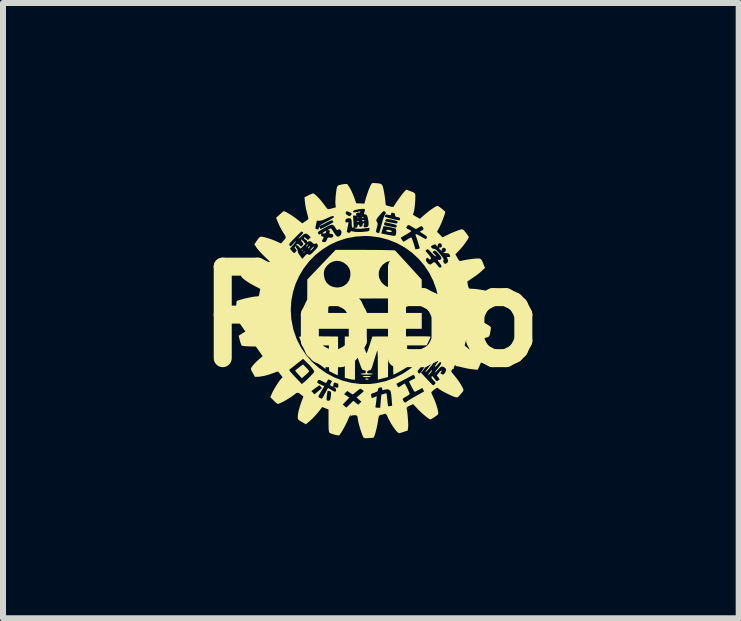
<source format=kicad_pcb>
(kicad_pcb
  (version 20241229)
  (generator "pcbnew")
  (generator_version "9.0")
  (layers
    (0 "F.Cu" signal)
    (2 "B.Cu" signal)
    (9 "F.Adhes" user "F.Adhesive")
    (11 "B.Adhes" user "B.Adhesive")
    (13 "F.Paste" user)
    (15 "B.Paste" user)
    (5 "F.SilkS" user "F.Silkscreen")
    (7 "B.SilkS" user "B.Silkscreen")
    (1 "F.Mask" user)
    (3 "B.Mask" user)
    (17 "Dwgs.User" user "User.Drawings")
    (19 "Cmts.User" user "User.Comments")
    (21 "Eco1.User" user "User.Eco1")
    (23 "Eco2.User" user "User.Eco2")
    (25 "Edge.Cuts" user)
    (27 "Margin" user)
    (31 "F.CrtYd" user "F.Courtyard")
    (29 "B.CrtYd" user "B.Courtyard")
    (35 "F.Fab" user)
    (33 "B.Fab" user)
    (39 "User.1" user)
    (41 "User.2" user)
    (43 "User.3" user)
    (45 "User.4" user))
  (footprint "Robo"
    (layer "F.Cu")
    (at 3.128 2.227)
    (property "Reference" "Robo" (at 0 0 0) (layer "F.SilkS") (effects (font (size 1.524 1.524) (thickness 0.3))))
    (attr board_only exclude_from_pos_files exclude_from_bom)
    (fp_poly (pts (xy 0.615 1.51) (xy 0.609 1.515) (xy 0.604 1.51) (xy 0.609 1.505)) (stroke (width 0) (type solid)) (fill yes) (layer "F.SilkS"))
    (fp_poly (pts (xy 0.625 1.531) (xy 0.62 1.537) (xy 0.615 1.531) (xy 0.62 1.526)) (stroke (width 0) (type solid)) (fill yes) (layer "F.SilkS"))
    (fp_poly (pts (xy 1.091 1.224) (xy 1.086 1.229) (xy 1.081 1.224) (xy 1.086 1.219)) (stroke (width 0) (type solid)) (fill yes) (layer "F.SilkS"))
    (fp_poly (pts (xy 1.632 0.387) (xy 1.627 0.392) (xy 1.621 0.387) (xy 1.627 0.381)) (stroke (width 0) (type solid)) (fill yes) (layer "F.SilkS"))
    (fp_poly (pts (xy -0.204 -1.649) (xy -0.207 -1.644) (xy -0.218 -1.643) (xy -0.229 -1.646) (xy -0.225 -1.65) (xy -0.208 -1.651)) (stroke (width 0) (type solid)) (fill yes) (layer "F.SilkS"))
    (fp_poly (pts (xy -1.127 -1.118) (xy -1.132 -1.11) (xy -1.148 -1.094) (xy -1.155 -1.094) (xy -1.155 -1.095) (xy -1.148 -1.104) (xy -1.136 -1.114) (xy -1.124 -1.123)) (stroke (width 0) (type solid)) (fill yes) (layer "F.SilkS"))
    (fp_poly (pts (xy -1.095 -1.086) (xy -1.101 -1.078) (xy -1.116 -1.062) (xy -1.123 -1.062) (xy -1.123 -1.064) (xy -1.116 -1.073) (xy -1.105 -1.082) (xy -1.092 -1.091)) (stroke (width 0) (type solid)) (fill yes) (layer "F.SilkS"))
    (fp_poly (pts (xy -1.043 -1.206) (xy -1.046 -1.196) (xy -1.06 -1.182) (xy -1.075 -1.17) (xy -1.081 -1.17) (xy -1.075 -1.183) (xy -1.061 -1.197) (xy -1.048 -1.206)) (stroke (width 0) (type solid)) (fill yes) (layer "F.SilkS"))
    (fp_poly (pts (xy -1.012 -1.174) (xy -1.015 -1.164) (xy -1.028 -1.15) (xy -1.043 -1.139) (xy -1.049 -1.141) (xy -1.043 -1.155) (xy -1.028 -1.169) (xy -1.015 -1.175)) (stroke (width 0) (type solid)) (fill yes) (layer "F.SilkS"))
    (fp_poly (pts (xy -0.202 -1.592) (xy -0.201 -1.589) (xy -0.21 -1.58) (xy -0.218 -1.579) (xy -0.229 -1.584) (xy -0.228 -1.589) (xy -0.214 -1.6) (xy -0.211 -1.6)) (stroke (width 0) (type solid)) (fill yes) (layer "F.SilkS"))
    (fp_poly (pts (xy -0.118 -1.661) (xy -0.117 -1.659) (xy -0.125 -1.653) (xy -0.132 -1.649) (xy -0.146 -1.649) (xy -0.148 -1.653) (xy -0.14 -1.663) (xy -0.132 -1.664)) (stroke (width 0) (type solid)) (fill yes) (layer "F.SilkS"))
    (fp_poly (pts (xy -0.11 -1.606) (xy -0.106 -1.6) (xy -0.115 -1.591) (xy -0.127 -1.589) (xy -0.144 -1.594) (xy -0.148 -1.6) (xy -0.139 -1.609) (xy -0.127 -1.611)) (stroke (width 0) (type solid)) (fill yes) (layer "F.SilkS"))
    (fp_poly (pts (xy -0.744 -1.418) (xy -0.746 -1.414) (xy -0.752 -1.397) (xy -0.752 -1.393) (xy -0.762 -1.389) (xy -0.781 -1.389) (xy -0.811 -1.389) (xy -0.786 -1.41) (xy -0.761 -1.426) (xy -0.747 -1.429)) (stroke (width 0) (type solid)) (fill yes) (layer "F.SilkS"))
    (fp_poly (pts (xy -0.047 1.032) (xy -0.037 1.038) (xy -0.041 1.046) (xy -0.062 1.049) (xy -0.063 1.049) (xy -0.086 1.046) (xy -0.095 1.039) (xy -0.095 1.038) (xy -0.086 1.03) (xy -0.07 1.028)) (stroke (width 0) (type solid)) (fill yes) (layer "F.SilkS"))
    (fp_poly (pts (xy -0.948 -1.161) (xy -0.961 -1.143) (xy -0.98 -1.123) (xy -0.999 -1.108) (xy -1.011 -1.102) (xy -1.01 -1.109) (xy -0.998 -1.126) (xy -0.986 -1.139) (xy -0.964 -1.159) (xy -0.949 -1.17) (xy -0.945 -1.171)) (stroke (width 0) (type solid)) (fill yes) (layer "F.SilkS"))
    (fp_poly (pts (xy 0.307 -1.445) (xy 0.332 -1.438) (xy 0.348 -1.428) (xy 0.35 -1.424) (xy 0.341 -1.413) (xy 0.316 -1.411) (xy 0.278 -1.417) (xy 0.258 -1.426) (xy 0.256 -1.438) (xy 0.263 -1.445) (xy 0.281 -1.449)) (stroke (width 0) (type solid)) (fill yes) (layer "F.SilkS"))
    (fp_poly (pts (xy -0.752 0.8) (xy -0.753 0.835) (xy -0.754 0.86) (xy -0.755 0.869) (xy -0.764 0.863) (xy -0.784 0.848) (xy -0.795 0.839) (xy -0.826 0.815) (xy -0.862 0.786) (xy -0.88 0.771) (xy -0.926 0.731) (xy -0.752 0.731)) (stroke (width 0) (type solid)) (fill yes) (layer "F.SilkS"))
    (fp_poly (pts (xy -0.033 0.987) (xy -0.008 0.991) (xy 0 0.996) (xy -0.01 1.002) (xy -0.036 1.005) (xy -0.069 1.007) (xy -0.105 1.005) (xy -0.13 1.001) (xy -0.138 0.996) (xy -0.128 0.991) (xy -0.102 0.987) (xy -0.069 0.985)) (stroke (width 0) (type solid)) (fill yes) (layer "F.SilkS"))
    (fp_poly (pts (xy 1.021 0.888) (xy 1.018 0.901) (xy 1.004 0.923) (xy 0.991 0.939) (xy 0.971 0.961) (xy 0.957 0.972) (xy 0.954 0.972) (xy 0.959 0.958) (xy 0.973 0.937) (xy 0.99 0.914) (xy 1.007 0.896) (xy 1.019 0.888)) (stroke (width 0) (type solid)) (fill yes) (layer "F.SilkS"))
    (fp_poly (pts (xy 1.038 0.768) (xy 1.033 0.782) (xy 1.015 0.809) (xy 0.982 0.85) (xy 0.98 0.852) (xy 0.948 0.889) (xy 0.928 0.911) (xy 0.916 0.92) (xy 0.912 0.919) (xy 0.911 0.916) (xy 0.917 0.904) (xy 0.933 0.881) (xy 0.955 0.852) (xy 0.98 0.821) (xy 1.003 0.792) (xy 1.021 0.772) (xy 1.03 0.763) (xy 1.031 0.763)) (stroke (width 0) (type solid)) (fill yes) (layer "F.SilkS"))
    (fp_poly (pts (xy -1.079 0.845) (xy -1.053 0.872) (xy -1.035 0.894) (xy -1.028 0.907) (xy -1.035 0.919) (xy -1.055 0.94) (xy -1.083 0.967) (xy -1.089 0.971) (xy -1.15 1.024) (xy -1.205 0.964) (xy -1.232 0.934) (xy -1.251 0.911) (xy -1.261 0.899) (xy -1.261 0.898) (xy -1.253 0.889) (xy -1.232 0.872) (xy -1.202 0.849) (xy -1.195 0.843) (xy -1.13 0.794)) (stroke (width 0) (type solid)) (fill yes) (layer "F.SilkS"))
    (fp_poly (pts (xy -1.144 -1.279) (xy -1.137 -1.264) (xy -1.128 -1.261) (xy -1.117 -1.256) (xy -1.118 -1.25) (xy -1.115 -1.239) (xy -1.103 -1.231) (xy -1.091 -1.226) (xy -1.091 -1.218) (xy -1.102 -1.203) (xy -1.126 -1.179) (xy -1.171 -1.136) (xy -1.197 -1.166) (xy -1.215 -1.184) (xy -1.229 -1.192) (xy -1.231 -1.191) (xy -1.239 -1.193) (xy -1.24 -1.196) (xy -1.233 -1.212) (xy -1.217 -1.213) (xy -1.196 -1.199) (xy -1.19 -1.193) (xy -1.172 -1.174) (xy -1.161 -1.17) (xy -1.147 -1.179) (xy -1.144 -1.182) (xy -1.127 -1.202) (xy -1.127 -1.221) (xy -1.144 -1.244) (xy -1.146 -1.247) (xy -1.161 -1.267) (xy -1.16 -1.281) (xy -1.157 -1.284) (xy -1.147 -1.29)) (stroke (width 0) (type solid)) (fill yes) (layer "F.SilkS"))
    (fp_poly (pts (xy 0.834 0.326) (xy 0.896 0.326) (xy 0.945 0.327) (xy 0.979 0.329) (xy 0.995 0.331) (xy 0.996 0.331) (xy 0.992 0.344) (xy 0.98 0.371) (xy 0.964 0.405) (xy 0.963 0.408) (xy 0.929 0.477) (xy 0.604 0.477) (xy 0.604 0.561) (xy 0.738 0.564) (xy 0.872 0.567) (xy 0.772 0.689) (xy 0.604 0.689) (xy 0.604 0.837) (xy 0.548 0.873) (xy 0.515 0.893) (xy 0.477 0.915) (xy 0.438 0.936) (xy 0.406 0.952) (xy 0.383 0.962) (xy 0.377 0.964) (xy 0.375 0.954) (xy 0.374 0.925) (xy 0.373 0.881) (xy 0.372 0.822) (xy 0.371 0.753) (xy 0.371 0.676) (xy 0.371 0.647) (xy 0.371 0.329) (xy 0.683 0.326) (xy 0.762 0.326)) (stroke (width 0) (type solid)) (fill yes) (layer "F.SilkS"))
    (fp_poly (pts (xy -1 0.325) (xy -0.918 0.326) (xy -0.871 0.326) (xy -0.546 0.329) (xy -0.546 0.652) (xy -0.546 0.732) (xy -0.546 0.805) (xy -0.547 0.868) (xy -0.548 0.919) (xy -0.55 0.955) (xy -0.551 0.973) (xy -0.552 0.975) (xy -0.564 0.97) (xy -0.589 0.959) (xy -0.623 0.942) (xy -0.626 0.94) (xy -0.694 0.906) (xy -0.699 0.8) (xy -0.705 0.694) (xy -0.838 0.689) (xy -0.972 0.683) (xy -1.012 0.636) (xy -1.05 0.587) (xy -1.089 0.532) (xy -1.119 0.484) (xy -0.922 0.484) (xy -0.917 0.496) (xy -0.904 0.519) (xy -0.9 0.526) (xy -0.878 0.562) (xy -0.699 0.562) (xy -0.699 0.477) (xy -0.811 0.477) (xy -0.856 0.477) (xy -0.893 0.479) (xy -0.916 0.481) (xy -0.922 0.484) (xy -1.119 0.484) (xy -1.126 0.473) (xy -1.157 0.418) (xy -1.181 0.37) (xy -1.191 0.344) (xy -1.192 0.338) (xy -1.19 0.334) (xy -1.184 0.33) (xy -1.17 0.328) (xy -1.147 0.326) (xy -1.112 0.325) (xy -1.064 0.325)) (stroke (width 0) (type solid)) (fill yes) (layer "F.SilkS"))
    (fp_poly (pts (xy -0.305 0.331) (xy -0.176 0.334) (xy -0.128 0.468) (xy -0.11 0.518) (xy -0.094 0.56) (xy -0.081 0.591) (xy -0.074 0.607) (xy -0.074 0.608) (xy -0.068 0.601) (xy -0.058 0.577) (xy -0.044 0.539) (xy -0.027 0.492) (xy -0.021 0.472) (xy 0.026 0.329) (xy 0.291 0.328) (xy 0.288 0.666) (xy 0.286 1.004) (xy 0.117 1.047) (xy 0.116 0.796) (xy 0.116 0.727) (xy 0.115 0.666) (xy 0.113 0.617) (xy 0.111 0.582) (xy 0.109 0.563) (xy 0.107 0.562) (xy 0.101 0.577) (xy 0.091 0.609) (xy 0.077 0.653) (xy 0.061 0.705) (xy 0.052 0.733) (xy 0.034 0.793) (xy 0.021 0.835) (xy 0.01 0.862) (xy 0.001 0.879) (xy -0.007 0.888) (xy -0.018 0.891) (xy -0.026 0.892) (xy -0.051 0.899) (xy -0.061 0.917) (xy -0.062 0.919) (xy -0.062 0.934) (xy -0.053 0.941) (xy -0.03 0.943) (xy -0.017 0.943) (xy 0.012 0.945) (xy 0.029 0.95) (xy 0.032 0.954) (xy 0.022 0.959) (xy -0.006 0.962) (xy -0.049 0.964) (xy -0.069 0.964) (xy -0.116 0.963) (xy -0.15 0.96) (xy -0.168 0.956) (xy -0.17 0.954) (xy -0.16 0.947) (xy -0.137 0.943) (xy -0.127 0.943) (xy -0.1 0.942) (xy -0.088 0.935) (xy -0.085 0.919) (xy -0.085 0.917) (xy -0.088 0.897) (xy -0.104 0.891) (xy -0.115 0.89) (xy -0.127 0.889) (xy -0.136 0.885) (xy -0.145 0.875) (xy -0.155 0.856) (xy -0.168 0.825) (xy -0.185 0.779) (xy -0.205 0.723) (xy -0.264 0.556) (xy -0.264 0.803) (xy -0.265 1.049) (xy -0.289 1.048) (xy -0.319 1.045) (xy -0.334 1.042) (xy -0.358 1.036) (xy -0.39 1.028) (xy -0.395 1.027) (xy -0.434 1.016) (xy -0.434 0.328)) (stroke (width 0) (type solid)) (fill yes) (layer "F.SilkS"))
    (fp_poly (pts (xy -0.096 -1.114) (xy 0.004 -1.113) (xy 0.098 -1.113) (xy 0.183 -1.112) (xy 0.257 -1.111) (xy 0.318 -1.109) (xy 0.365 -1.108) (xy 0.394 -1.106) (xy 0.404 -1.105) (xy 0.413 -1.095) (xy 0.434 -1.072) (xy 0.466 -1.037) (xy 0.507 -0.992) (xy 0.555 -0.94) (xy 0.608 -0.882) (xy 0.63 -0.858) (xy 0.847 -0.62) (xy 0.848 -0.464) (xy 0.848 -0.307) (xy -0.705 -0.302) (xy -0.708 -0.183) (xy -0.711 -0.064) (xy 0.848 -0.064) (xy 0.848 0.201) (xy -1.06 0.201) (xy -1.06 -0.209) (xy -1.059 -0.62) (xy -0.951 -0.734) (xy -0.783 -0.734) (xy -0.782 -0.693) (xy -0.768 -0.625) (xy -0.738 -0.569) (xy -0.692 -0.526) (xy -0.634 -0.498) (xy -0.566 -0.487) (xy -0.562 -0.487) (xy -0.503 -0.494) (xy -0.455 -0.512) (xy -0.401 -0.552) (xy -0.363 -0.604) (xy -0.344 -0.668) (xy -0.342 -0.682) (xy 0.132 -0.682) (xy 0.141 -0.643) (xy 0.171 -0.583) (xy 0.218 -0.533) (xy 0.26 -0.505) (xy 0.298 -0.493) (xy 0.346 -0.488) (xy 0.396 -0.491) (xy 0.439 -0.5) (xy 0.448 -0.505) (xy 0.503 -0.542) (xy 0.545 -0.592) (xy 0.571 -0.649) (xy 0.58 -0.71) (xy 0.578 -0.735) (xy 0.559 -0.8) (xy 0.523 -0.855) (xy 0.475 -0.897) (xy 0.417 -0.923) (xy 0.378 -0.93) (xy 0.312 -0.928) (xy 0.256 -0.91) (xy 0.205 -0.873) (xy 0.195 -0.864) (xy 0.154 -0.809) (xy 0.133 -0.748) (xy 0.132 -0.682) (xy -0.342 -0.682) (xy -0.341 -0.689) (xy -0.342 -0.75) (xy -0.357 -0.8) (xy -0.387 -0.846) (xy -0.396 -0.857) (xy -0.449 -0.9) (xy -0.507 -0.925) (xy -0.568 -0.932) (xy -0.628 -0.921) (xy -0.685 -0.893) (xy -0.733 -0.849) (xy -0.765 -0.801) (xy -0.778 -0.769) (xy -0.783 -0.734) (xy -0.951 -0.734) (xy -0.824 -0.867) (xy -0.588 -1.114)) (stroke (width 0) (type solid)) (fill yes) (layer "F.SilkS"))
    (fp_poly (pts (xy 0.092 -2.226) (xy 0.127 -2.222) (xy 0.155 -2.217) (xy 0.165 -2.215) (xy 0.186 -2.197) (xy 0.201 -2.163) (xy 0.202 -2.16) (xy 0.212 -2.118) (xy 0.222 -2.066) (xy 0.231 -2.01) (xy 0.238 -1.957) (xy 0.243 -1.914) (xy 0.244 -1.895) (xy 0.245 -1.875) (xy 0.25 -1.862) (xy 0.265 -1.853) (xy 0.294 -1.844) (xy 0.31 -1.84) (xy 0.344 -1.833) (xy 0.369 -1.83) (xy 0.379 -1.832) (xy 0.389 -1.85) (xy 0.408 -1.881) (xy 0.434 -1.92) (xy 0.464 -1.962) (xy 0.494 -2.004) (xy 0.521 -2.041) (xy 0.543 -2.068) (xy 0.548 -2.074) (xy 0.59 -2.118) (xy 0.647 -2.097) (xy 0.688 -2.082) (xy 0.715 -2.069) (xy 0.732 -2.056) (xy 0.74 -2.036) (xy 0.742 -2.007) (xy 0.74 -1.963) (xy 0.739 -1.93) (xy 0.735 -1.875) (xy 0.729 -1.821) (xy 0.723 -1.776) (xy 0.717 -1.753) (xy 0.702 -1.698) (xy 0.817 -1.632) (xy 0.897 -1.702) (xy 0.947 -1.743) (xy 0.995 -1.781) (xy 1.04 -1.811) (xy 1.077 -1.834) (xy 1.104 -1.846) (xy 1.117 -1.847) (xy 1.139 -1.832) (xy 1.168 -1.811) (xy 1.197 -1.788) (xy 1.221 -1.767) (xy 1.237 -1.753) (xy 1.24 -1.749) (xy 1.236 -1.728) (xy 1.225 -1.692) (xy 1.209 -1.648) (xy 1.191 -1.6) (xy 1.171 -1.552) (xy 1.152 -1.51) (xy 1.144 -1.494) (xy 1.102 -1.415) (xy 1.148 -1.369) (xy 1.194 -1.323) (xy 1.273 -1.362) (xy 1.334 -1.391) (xy 1.398 -1.418) (xy 1.457 -1.441) (xy 1.504 -1.455) (xy 1.507 -1.456) (xy 1.523 -1.457) (xy 1.537 -1.452) (xy 1.555 -1.435) (xy 1.579 -1.405) (xy 1.584 -1.4) (xy 1.607 -1.368) (xy 1.624 -1.343) (xy 1.632 -1.33) (xy 1.632 -1.329) (xy 1.625 -1.309) (xy 1.607 -1.278) (xy 1.579 -1.238) (xy 1.546 -1.193) (xy 1.508 -1.147) (xy 1.47 -1.104) (xy 1.461 -1.095) (xy 1.408 -1.04) (xy 1.442 -0.98) (xy 1.464 -0.946) (xy 1.48 -0.929) (xy 1.492 -0.927) (xy 1.525 -0.937) (xy 1.571 -0.946) (xy 1.625 -0.955) (xy 1.682 -0.963) (xy 1.735 -0.968) (xy 1.78 -0.971) (xy 1.811 -0.97) (xy 1.817 -0.969) (xy 1.833 -0.96) (xy 1.848 -0.941) (xy 1.864 -0.907) (xy 1.872 -0.888) (xy 1.901 -0.813) (xy 1.843 -0.76) (xy 1.806 -0.727) (xy 1.759 -0.691) (xy 1.712 -0.658) (xy 1.706 -0.654) (xy 1.671 -0.631) (xy 1.645 -0.612) (xy 1.631 -0.599) (xy 1.63 -0.597) (xy 1.627 -0.586) (xy 1.626 -0.585) (xy 1.623 -0.585) (xy 1.626 -0.592) (xy 1.629 -0.603) (xy 1.62 -0.602) (xy 1.61 -0.591) (xy 1.609 -0.567) (xy 1.616 -0.528) (xy 1.622 -0.506) (xy 1.629 -0.483) (xy 1.639 -0.471) (xy 1.657 -0.467) (xy 1.688 -0.466) (xy 1.733 -0.464) (xy 1.79 -0.457) (xy 1.853 -0.447) (xy 1.912 -0.435) (xy 1.959 -0.423) (xy 1.985 -0.414) (xy 1.998 -0.401) (xy 2.005 -0.377) (xy 2.007 -0.363) (xy 2.013 -0.309) (xy 2.013 -0.271) (xy 2.006 -0.247) (xy 1.992 -0.231) (xy 1.99 -0.229) (xy 1.961 -0.214) (xy 1.918 -0.195) (xy 1.867 -0.174) (xy 1.814 -0.154) (xy 1.764 -0.138) (xy 1.724 -0.127) (xy 1.722 -0.126) (xy 1.662 -0.113) (xy 1.666 -0.05) (xy 1.669 0.013) (xy 1.748 0.042) (xy 1.81 0.066) (xy 1.871 0.093) (xy 1.924 0.12) (xy 1.965 0.145) (xy 1.98 0.155) (xy 1.992 0.166) (xy 1.999 0.178) (xy 1.999 0.196) (xy 1.995 0.225) (xy 1.99 0.254) (xy 1.983 0.293) (xy 1.974 0.319) (xy 1.96 0.334) (xy 1.936 0.344) (xy 1.898 0.352) (xy 1.881 0.355) (xy 1.858 0.358) (xy 1.82 0.361) (xy 1.773 0.364) (xy 1.721 0.367) (xy 1.671 0.369) (xy 1.628 0.371) (xy 1.615 0.371) (xy 1.599 0.376) (xy 1.587 0.393) (xy 1.578 0.421) (xy 1.569 0.452) (xy 1.564 0.473) (xy 1.563 0.478) (xy 1.571 0.487) (xy 1.593 0.505) (xy 1.625 0.529) (xy 1.648 0.546) (xy 1.699 0.584) (xy 1.746 0.623) (xy 1.787 0.66) (xy 1.819 0.692) (xy 1.839 0.718) (xy 1.844 0.731) (xy 1.839 0.748) (xy 1.828 0.778) (xy 1.812 0.814) (xy 1.812 0.815) (xy 1.78 0.883) (xy 1.698 0.875) (xy 1.647 0.869) (xy 1.588 0.858) (xy 1.531 0.845) (xy 1.521 0.843) (xy 1.479 0.832) (xy 1.444 0.825) (xy 1.421 0.823) (xy 1.416 0.823) (xy 1.411 0.823) (xy 1.414 0.818) (xy 1.414 0.807) (xy 1.41 0.805) (xy 1.396 0.814) (xy 1.385 0.834) (xy 1.382 0.854) (xy 1.384 0.86) (xy 1.385 0.867) (xy 1.38 0.865) (xy 1.366 0.868) (xy 1.351 0.884) (xy 1.351 0.884) (xy 1.342 0.898) (xy 1.341 0.911) (xy 1.348 0.926) (xy 1.366 0.949) (xy 1.386 0.972) (xy 1.425 1.02) (xy 1.464 1.074) (xy 1.499 1.127) (xy 1.525 1.174) (xy 1.536 1.196) (xy 1.542 1.214) (xy 1.542 1.228) (xy 1.533 1.246) (xy 1.513 1.271) (xy 1.498 1.288) (xy 1.471 1.319) (xy 1.452 1.336) (xy 1.436 1.343) (xy 1.419 1.342) (xy 1.415 1.341) (xy 1.385 1.332) (xy 1.343 1.315) (xy 1.294 1.292) (xy 1.244 1.267) (xy 1.195 1.241) (xy 1.154 1.216) (xy 1.124 1.195) (xy 1.111 1.183) (xy 1.1 1.184) (xy 1.08 1.196) (xy 1.055 1.214) (xy 1.031 1.234) (xy 1.013 1.252) (xy 1.007 1.263) (xy 1.011 1.276) (xy 1.023 1.303) (xy 1.037 1.333) (xy 1.057 1.376) (xy 1.077 1.428) (xy 1.095 1.482) (xy 1.11 1.533) (xy 1.12 1.575) (xy 1.123 1.599) (xy 1.123 1.613) (xy 1.119 1.624) (xy 1.108 1.636) (xy 1.089 1.651) (xy 1.057 1.673) (xy 1.016 1.699) (xy 1.002 1.707) (xy 0.99 1.709) (xy 0.974 1.703) (xy 0.95 1.687) (xy 0.921 1.665) (xy 0.882 1.633) (xy 0.837 1.592) (xy 0.793 1.55) (xy 0.778 1.534) (xy 0.704 1.455) (xy 0.648 1.481) (xy 0.616 1.496) (xy 0.6 1.508) (xy 0.596 1.521) (xy 0.598 1.535) (xy 0.605 1.574) (xy 0.611 1.626) (xy 0.616 1.683) (xy 0.62 1.74) (xy 0.623 1.791) (xy 0.622 1.83) (xy 0.621 1.846) (xy 0.614 1.895) (xy 0.548 1.917) (xy 0.512 1.929) (xy 0.483 1.937) (xy 0.469 1.939) (xy 0.451 1.93) (xy 0.426 1.906) (xy 0.397 1.869) (xy 0.364 1.822) (xy 0.332 1.77) (xy 0.302 1.715) (xy 0.289 1.69) (xy 0.271 1.651) (xy 0.257 1.628) (xy 0.246 1.618) (xy 0.234 1.616) (xy 0.224 1.618) (xy 0.2 1.627) (xy 0.188 1.636) (xy 0.182 1.64) (xy 0.18 1.633) (xy 0.177 1.625) (xy 0.164 1.633) (xy 0.159 1.637) (xy 0.143 1.649) (xy 0.137 1.645) (xy 0.137 1.641) (xy 0.135 1.645) (xy 0.131 1.667) (xy 0.124 1.702) (xy 0.117 1.748) (xy 0.117 1.748) (xy 0.108 1.801) (xy 0.096 1.856) (xy 0.083 1.91) (xy 0.07 1.956) (xy 0.057 1.992) (xy 0.048 2.011) (xy 0.047 2.012) (xy 0.035 2.015) (xy 0.008 2.018) (xy -0.03 2.021) (xy -0.036 2.021) (xy -0.077 2.023) (xy -0.101 2.022) (xy -0.116 2.017) (xy -0.125 2.006) (xy -0.131 1.996) (xy -0.145 1.961) (xy -0.163 1.912) (xy -0.181 1.856) (xy -0.197 1.798) (xy -0.21 1.746) (xy -0.217 1.706) (xy -0.217 1.704) (xy -0.222 1.671) (xy -0.228 1.652) (xy -0.24 1.644) (xy -0.261 1.64) (xy -0.263 1.639) (xy -0.306 1.642) (xy -0.328 1.651) (xy -0.346 1.661) (xy -0.348 1.66) (xy -0.339 1.648) (xy -0.33 1.634) (xy -0.337 1.633) (xy -0.337 1.633) (xy -0.347 1.644) (xy -0.362 1.671) (xy -0.378 1.707) (xy -0.385 1.723) (xy -0.402 1.762) (xy -0.425 1.807) (xy -0.45 1.855) (xy -0.476 1.9) (xy -0.5 1.938) (xy -0.518 1.965) (xy -0.529 1.976) (xy -0.545 1.976) (xy -0.573 1.972) (xy -0.609 1.963) (xy -0.645 1.952) (xy -0.674 1.941) (xy -0.689 1.932) (xy -0.695 1.923) (xy -0.699 1.906) (xy -0.702 1.879) (xy -0.704 1.838) (xy -0.705 1.78) (xy -0.705 1.731) (xy -0.705 1.545) (xy -0.758 1.524) (xy -0.811 1.504) (xy -0.832 1.533) (xy -0.899 1.617) (xy -0.967 1.69) (xy -1.018 1.738) (xy -1.083 1.791) (xy -1.116 1.771) (xy -1.15 1.751) (xy -1.184 1.732) (xy -1.208 1.714) (xy -1.217 1.693) (xy -1.218 1.675) (xy -1.214 1.623) (xy -1.201 1.558) (xy -1.181 1.487) (xy -1.172 1.461) (xy -0.469 1.461) (xy -0.439 1.487) (xy -0.408 1.514) (xy -0.35 1.457) (xy -0.291 1.4) (xy -0.251 1.433) (xy -0.211 1.465) (xy -0.184 1.44) (xy -0.157 1.415) (xy -0.198 1.379) (xy -0.238 1.344) (xy -0.212 1.323) (xy -0.187 1.302) (xy -0.181 1.296) (xy 0.003 1.296) (xy 0.005 1.314) (xy 0.006 1.317) (xy 0.011 1.341) (xy 0.015 1.354) (xy 0.016 1.354) (xy 0.026 1.352) (xy 0.049 1.344) (xy 0.058 1.34) (xy 0.098 1.323) (xy 0.091 1.395) (xy 0.086 1.436) (xy 0.081 1.471) (xy 0.078 1.491) (xy 0.076 1.507) (xy 0.085 1.514) (xy 0.109 1.515) (xy 0.114 1.515) (xy 0.156 1.515) (xy 0.165 1.407) (xy 0.175 1.298) (xy 0.216 1.285) (xy 0.243 1.277) (xy 0.259 1.274) (xy 0.261 1.275) (xy 0.263 1.286) (xy 0.267 1.314) (xy 0.271 1.353) (xy 0.274 1.381) (xy 0.278 1.426) (xy 0.283 1.462) (xy 0.287 1.484) (xy 0.288 1.489) (xy 0.301 1.491) (xy 0.324 1.488) (xy 0.355 1.482) (xy 0.346 1.363) (xy 0.34 1.301) (xy 0.333 1.258) (xy 0.325 1.232) (xy 0.321 1.227) (xy 0.294 1.211) (xy 0.256 1.209) (xy 0.218 1.218) (xy 0.198 1.224) (xy 0.191 1.216) (xy 0.191 1.202) (xy 0.187 1.183) (xy 0.172 1.177) (xy 0.16 1.176) (xy 0.133 1.183) (xy 0.119 1.205) (xy 0.117 1.228) (xy 0.109 1.242) (xy 0.084 1.256) (xy 0.058 1.265) (xy 0.025 1.276) (xy 0.008 1.285) (xy 0.003 1.296) (xy -0.181 1.296) (xy -0.158 1.277) (xy -0.151 1.27) (xy -0.115 1.239) (xy -0.14 1.219) (xy -0.16 1.204) (xy -0.174 1.198) (xy -0.186 1.204) (xy -0.209 1.221) (xy -0.238 1.244) (xy -0.239 1.245) (xy -0.268 1.269) (xy -0.29 1.286) (xy -0.301 1.293) (xy -0.301 1.293) (xy -0.313 1.287) (xy -0.336 1.274) (xy -0.351 1.264) (xy -0.393 1.236) (xy -0.42 1.263) (xy -0.446 1.289) (xy -0.402 1.318) (xy -0.358 1.348) (xy -0.469 1.461) (xy -1.172 1.461) (xy -1.157 1.417) (xy -1.156 1.414) (xy -1.141 1.375) (xy -0.737 1.375) (xy -0.736 1.39) (xy -0.736 1.39) (xy -0.722 1.397) (xy -0.704 1.399) (xy -0.682 1.392) (xy -0.674 1.375) (xy -0.67 1.35) (xy -0.666 1.315) (xy -0.664 1.3) (xy -0.662 1.269) (xy -0.666 1.252) (xy -0.678 1.242) (xy -0.686 1.239) (xy -0.708 1.233) (xy -0.719 1.234) (xy -0.723 1.248) (xy -0.728 1.276) (xy -0.733 1.311) (xy -0.736 1.346) (xy -0.737 1.375) (xy -1.141 1.375) (xy -1.123 1.33) (xy -1.158 1.301) (xy -1.192 1.275) (xy -1.218 1.265) (xy -1.24 1.27) (xy -1.259 1.284) (xy -1.293 1.311) (xy -1.335 1.34) (xy -1.384 1.371) (xy -1.433 1.4) (xy -1.479 1.424) (xy -1.518 1.442) (xy -1.545 1.451) (xy -1.55 1.452) (xy -1.564 1.445) (xy -1.587 1.426) (xy -1.615 1.399) (xy -1.62 1.395) (xy -1.675 1.339) (xy -1.649 1.279) (xy -1.629 1.238) (xy -0.991 1.238) (xy -0.965 1.265) (xy -0.94 1.292) (xy -0.88 1.243) (xy -0.851 1.218) (xy -0.828 1.199) (xy -0.817 1.19) (xy -0.817 1.19) (xy -0.82 1.181) (xy -0.834 1.164) (xy -0.835 1.164) (xy -0.857 1.141) (xy -0.898 1.169) (xy -0.929 1.192) (xy -0.958 1.213) (xy -0.964 1.218) (xy -0.991 1.238) (xy -1.629 1.238) (xy -1.627 1.234) (xy -1.598 1.183) (xy -1.565 1.13) (xy -1.533 1.082) (xy -1.505 1.045) (xy -1.497 1.036) (xy -1.47 1.008) (xy -1.505 0.962) (xy -1.525 0.936) (xy -1.54 0.918) (xy -1.544 0.912) (xy -1.554 0.914) (xy -1.58 0.921) (xy -1.614 0.934) (xy -1.619 0.936) (xy -1.699 0.964) (xy -1.777 0.985) (xy -1.846 0.997) (xy -1.88 1) (xy -1.931 1.001) (xy -1.968 0.935) (xy -1.987 0.9) (xy -1.992 0.889) (xy -1.358 0.889) (xy -1.352 0.902) (xy -1.337 0.921) (xy -1.311 0.95) (xy -1.273 0.991) (xy -1.26 1.005) (xy -1.15 1.121) (xy -1.113 1.091) (xy -1.111 1.09) (xy -0.893 1.09) (xy -0.89 1.1) (xy -0.876 1.111) (xy -0.846 1.125) (xy -0.838 1.129) (xy -0.775 1.157) (xy -0.815 1.222) (xy -0.843 1.269) (xy -0.861 1.3) (xy -0.871 1.32) (xy -0.872 1.333) (xy -0.866 1.341) (xy -0.855 1.348) (xy -0.851 1.35) (xy -0.829 1.361) (xy -0.816 1.366) (xy -0.816 1.366) (xy -0.809 1.358) (xy -0.795 1.335) (xy -0.776 1.3) (xy -0.763 1.277) (xy -0.742 1.238) (xy -0.726 1.208) (xy -0.715 1.19) (xy -0.713 1.187) (xy -0.704 1.192) (xy -0.681 1.205) (xy -0.657 1.219) (xy -0.622 1.239) (xy -0.6 1.248) (xy -0.588 1.247) (xy -0.582 1.235) (xy -0.579 1.228) (xy -0.582 1.202) (xy -0.597 1.185) (xy -0.62 1.166) (xy -0.59 1.176) (xy -0.565 1.182) (xy -0.55 1.181) (xy -0.543 1.167) (xy -0.541 1.145) (xy -0.543 1.123) (xy -0.55 1.112) (xy -0.551 1.111) (xy -0.573 1.107) (xy -0.59 1.099) (xy -0.592 1.098) (xy -0.608 1.097) (xy -0.62 1.113) (xy -0.625 1.142) (xy -0.629 1.161) (xy -0.641 1.163) (xy -0.663 1.151) (xy -0.676 1.139) (xy -0.677 1.127) (xy -0.667 1.107) (xy -0.665 1.103) (xy -0.646 1.071) (xy -0.678 1.055) (xy -0.7 1.045) (xy -0.712 1.048) (xy -0.724 1.066) (xy -0.726 1.07) (xy -0.738 1.092) (xy -0.747 1.102) (xy -0.748 1.102) (xy -0.759 1.098) (xy -0.784 1.086) (xy -0.805 1.076) (xy -0.841 1.058) (xy -0.862 1.051) (xy -0.875 1.054) (xy -0.884 1.067) (xy -0.888 1.075) (xy -0.893 1.09) (xy -1.111 1.09) (xy -1.088 1.07) (xy -1.055 1.038) (xy -1.019 1.003) (xy -1.009 0.993) (xy -0.98 0.962) (xy -0.957 0.936) (xy -0.945 0.92) (xy -0.943 0.917) (xy -0.951 0.894) (xy -0.975 0.859) (xy -1.013 0.815) (xy -1.051 0.777) (xy -1.129 0.701) (xy -1.229 0.78) (xy -1.27 0.813) (xy -1.307 0.842) (xy -1.335 0.863) (xy -1.35 0.875) (xy -1.357 0.881) (xy -1.358 0.889) (xy -1.992 0.889) (xy -1.996 0.878) (xy -1.998 0.863) (xy -1.992 0.849) (xy -1.987 0.84) (xy -1.951 0.794) (xy -1.902 0.743) (xy -1.844 0.691) (xy -1.813 0.665) (xy -1.78 0.639) (xy -1.753 0.618) (xy -1.737 0.606) (xy -1.735 0.604) (xy -1.734 0.591) (xy -1.74 0.565) (xy -1.749 0.538) (xy -1.772 0.48) (xy -1.81 0.489) (xy -1.837 0.492) (xy -1.877 0.494) (xy -1.926 0.495) (xy -1.98 0.495) (xy -2.033 0.493) (xy -2.081 0.491) (xy -2.12 0.487) (xy -2.145 0.483) (xy -2.152 0.48) (xy -2.16 0.465) (xy -2.171 0.435) (xy -2.182 0.397) (xy -2.183 0.393) (xy -2.202 0.317) (xy -2.142 0.277) (xy -2.066 0.23) (xy -1.982 0.187) (xy -1.907 0.154) (xy -1.858 0.136) (xy -1.866 0.078) (xy -1.871 0.045) (xy -1.876 0.022) (xy -1.879 0.015) (xy -1.891 0.01) (xy -1.917 0.006) (xy -1.924 0.005) (xy -1.988 -0.007) (xy -2.062 -0.025) (xy -2.135 -0.049) (xy -2.172 -0.062) (xy -2.209 -0.079) (xy -2.232 -0.095) (xy -2.243 -0.115) (xy -1.334 -0.115) (xy -1.325 0.039) (xy -1.295 0.194) (xy -1.287 0.225) (xy -1.235 0.373) (xy -1.165 0.51) (xy -1.079 0.637) (xy -0.98 0.751) (xy -0.867 0.851) (xy -0.744 0.938) (xy -0.611 1.009) (xy -0.471 1.064) (xy -0.324 1.101) (xy -0.173 1.12) (xy -0.019 1.12) (xy 0.011 1.117) (xy 0.425 1.117) (xy 0.441 1.147) (xy 0.457 1.177) (xy 0.496 1.154) (xy 0.523 1.137) (xy 0.542 1.124) (xy 0.545 1.122) (xy 0.56 1.113) (xy 0.563 1.113) (xy 0.571 1.122) (xy 0.584 1.145) (xy 0.601 1.177) (xy 0.618 1.212) (xy 0.632 1.246) (xy 0.643 1.273) (xy 0.646 1.286) (xy 0.638 1.297) (xy 0.615 1.313) (xy 0.588 1.329) (xy 0.558 1.346) (xy 0.536 1.362) (xy 0.53 1.371) (xy 0.535 1.387) (xy 0.547 1.408) (xy 0.561 1.425) (xy 0.568 1.431) (xy 0.579 1.425) (xy 0.602 1.411) (xy 0.62 1.399) (xy 0.648 1.381) (xy 0.689 1.356) (xy 0.736 1.328) (xy 0.776 1.306) (xy 0.888 1.244) (xy 0.857 1.186) (xy 0.798 1.218) (xy 0.765 1.235) (xy 0.741 1.247) (xy 0.729 1.25) (xy 0.722 1.242) (xy 0.708 1.219) (xy 0.69 1.188) (xy 0.672 1.153) (xy 0.655 1.12) (xy 0.643 1.093) (xy 0.638 1.077) (xy 0.638 1.076) (xy 0.648 1.07) (xy 0.672 1.058) (xy 0.689 1.049) (xy 0.717 1.035) (xy 0.735 1.025) (xy 0.74 1.023) (xy 0.738 1.012) (xy 0.73 0.993) (xy 0.72 0.975) (xy 0.711 0.967) (xy 0.711 0.967) (xy 0.699 0.972) (xy 0.673 0.986) (xy 0.635 1.006) (xy 0.588 1.031) (xy 0.565 1.043) (xy 0.425 1.117) (xy 0.011 1.117) (xy 0.092 1.107) (xy 0.25 1.072) (xy 0.398 1.017) (xy 0.537 0.946) (xy 0.582 0.916) (xy 0.778 0.916) (xy 0.787 0.929) (xy 0.79 0.933) (xy 0.806 0.946) (xy 0.816 0.946) (xy 0.825 0.934) (xy 0.827 0.931) (xy 0.834 0.931) (xy 0.934 1.038) (xy 0.97 1.076) (xy 1.002 1.109) (xy 1.025 1.132) (xy 1.038 1.143) (xy 1.039 1.144) (xy 1.05 1.137) (xy 1.065 1.123) (xy 1.076 1.11) (xy 1.077 1.099) (xy 1.066 1.083) (xy 1.044 1.06) (xy 1.019 1.031) (xy 1.01 1.01) (xy 1.011 0.999) (xy 1.016 0.99) (xy 1.023 0.99) (xy 1.035 1) (xy 1.054 1.023) (xy 1.078 1.055) (xy 1.092 1.072) (xy 1.104 1.073) (xy 1.122 1.061) (xy 1.147 1.042) (xy 1.123 1.009) (xy 1.099 0.976) (xy 1.133 0.933) (xy 1.154 0.91) (xy 1.171 0.897) (xy 1.178 0.896) (xy 1.18 0.908) (xy 1.171 0.922) (xy 1.159 0.937) (xy 1.164 0.947) (xy 1.175 0.953) (xy 1.198 0.963) (xy 1.215 0.959) (xy 1.232 0.939) (xy 1.239 0.928) (xy 1.254 0.895) (xy 1.251 0.869) (xy 1.228 0.846) (xy 1.223 0.843) (xy 1.2 0.831) (xy 1.18 0.829) (xy 1.158 0.841) (xy 1.131 0.868) (xy 1.119 0.881) (xy 1.089 0.913) (xy 1.071 0.928) (xy 1.066 0.928) (xy 1.074 0.914) (xy 1.093 0.887) (xy 1.119 0.855) (xy 1.148 0.817) (xy 1.167 0.788) (xy 1.173 0.77) (xy 1.172 0.768) (xy 1.163 0.755) (xy 1.151 0.757) (xy 1.131 0.774) (xy 1.114 0.795) (xy 1.093 0.818) (xy 1.076 0.83) (xy 1.069 0.831) (xy 1.069 0.82) (xy 1.081 0.799) (xy 1.091 0.784) (xy 1.124 0.744) (xy 1.087 0.721) (xy 1.061 0.709) (xy 1.039 0.705) (xy 1.035 0.705) (xy 1.022 0.716) (xy 0.999 0.739) (xy 0.97 0.771) (xy 0.947 0.798) (xy 0.915 0.837) (xy 0.886 0.871) (xy 0.864 0.898) (xy 0.855 0.908) (xy 0.834 0.931) (xy 0.827 0.931) (xy 0.843 0.909) (xy 0.864 0.88) (xy 0.89 0.844) (xy 0.923 0.8) (xy 0.959 0.755) (xy 0.972 0.739) (xy 1.006 0.695) (xy 1.026 0.665) (xy 1.031 0.646) (xy 1.023 0.637) (xy 1.014 0.636) (xy 1.002 0.644) (xy 0.979 0.667) (xy 0.946 0.703) (xy 0.904 0.751) (xy 0.855 0.809) (xy 0.801 0.876) (xy 0.796 0.881) (xy 0.781 0.902) (xy 0.778 0.916) (xy 0.582 0.916) (xy 0.664 0.859) (xy 0.779 0.757) (xy 0.88 0.643) (xy 0.967 0.516) (xy 1.037 0.378) (xy 1.09 0.231) (xy 1.124 0.076) (xy 1.134 0.000181) (xy 1.139 -0.158) (xy 1.124 -0.311) (xy 1.09 -0.459) (xy 1.039 -0.6) (xy 0.972 -0.732) (xy 0.89 -0.856) (xy 0.794 -0.968) (xy 0.685 -1.068) (xy 0.639 -1.101) (xy 0.911 -1.101) (xy 0.918 -1.09) (xy 0.935 -1.068) (xy 0.959 -1.04) (xy 0.96 -1.039) (xy 0.987 -1.007) (xy 1.001 -0.981) (xy 1.003 -0.969) (xy 0.989 -0.955) (xy 0.971 -0.957) (xy 0.96 -0.97) (xy 0.948 -0.984) (xy 0.933 -0.979) (xy 0.922 -0.964) (xy 0.916 -0.946) (xy 0.922 -0.927) (xy 0.938 -0.905) (xy 0.965 -0.878) (xy 0.991 -0.87) (xy 1.016 -0.884) (xy 1.023 -0.89) (xy 1.042 -0.907) (xy 1.06 -0.908) (xy 1.08 -0.893) (xy 1.103 -0.864) (xy 1.129 -0.832) (xy 1.148 -0.818) (xy 1.165 -0.821) (xy 1.174 -0.83) (xy 1.177 -0.843) (xy 1.168 -0.864) (xy 1.149 -0.889) (xy 1.127 -0.92) (xy 1.114 -0.942) (xy 1.114 -0.951) (xy 1.123 -0.948) (xy 1.145 -0.945) (xy 1.166 -0.956) (xy 1.176 -0.975) (xy 1.176 -0.977) (xy 1.169 -0.996) (xy 1.151 -1.023) (xy 1.125 -1.053) (xy 1.124 -1.055) (xy 1.096 -1.083) (xy 1.078 -1.098) (xy 1.066 -1.102) (xy 1.054 -1.098) (xy 1.049 -1.094) (xy 1.026 -1.078) (xy 1.061 -1.043) (xy 1.081 -1.02) (xy 1.084 -1.009) (xy 1.079 -1.007) (xy 1.064 -1.014) (xy 1.041 -1.034) (xy 1.013 -1.063) (xy 1.007 -1.07) (xy 0.979 -1.101) (xy 0.96 -1.119) (xy 0.947 -1.125) (xy 0.935 -1.122) (xy 0.932 -1.12) (xy 0.916 -1.108) (xy 0.911 -1.101) (xy 0.639 -1.101) (xy 0.564 -1.155) (xy 0.433 -1.227) (xy 0.293 -1.283) (xy 0.157 -1.319) (xy 0.5 -1.319) (xy 0.502 -1.309) (xy 0.513 -1.29) (xy 0.526 -1.269) (xy 0.538 -1.254) (xy 0.543 -1.25) (xy 0.556 -1.256) (xy 0.58 -1.27) (xy 0.61 -1.289) (xy 0.643 -1.309) (xy 0.667 -1.319) (xy 0.677 -1.318) (xy 0.684 -1.304) (xy 0.695 -1.275) (xy 0.708 -1.236) (xy 0.715 -1.215) (xy 0.743 -1.122) (xy 0.777 -1.129) (xy 0.801 -1.135) (xy 0.814 -1.139) (xy 0.814 -1.14) (xy 0.813 -1.15) (xy 0.807 -1.171) (xy 1.001 -1.171) (xy 1.006 -1.158) (xy 1.01 -1.152) (xy 1.033 -1.133) (xy 1.051 -1.131) (xy 1.066 -1.129) (xy 1.083 -1.119) (xy 1.106 -1.097) (xy 1.137 -1.062) (xy 1.15 -1.048) (xy 1.182 -1.008) (xy 1.202 -0.98) (xy 1.212 -0.961) (xy 1.213 -0.949) (xy 1.21 -0.943) (xy 1.205 -0.923) (xy 1.215 -0.902) (xy 1.229 -0.884) (xy 1.242 -0.881) (xy 1.26 -0.89) (xy 1.283 -0.911) (xy 1.286 -0.94) (xy 1.277 -0.965) (xy 1.267 -0.986) (xy 1.269 -0.995) (xy 1.288 -0.996) (xy 1.293 -0.996) (xy 1.316 -0.997) (xy 1.323 -1.004) (xy 1.317 -1.022) (xy 1.312 -1.033) (xy 1.302 -1.049) (xy 1.286 -1.057) (xy 1.259 -1.06) (xy 1.246 -1.06) (xy 1.216 -1.061) (xy 1.205 -1.063) (xy 1.21 -1.068) (xy 1.221 -1.072) (xy 1.244 -1.089) (xy 1.251 -1.114) (xy 1.241 -1.138) (xy 1.236 -1.143) (xy 1.215 -1.15) (xy 1.194 -1.142) (xy 1.181 -1.124) (xy 1.181 -1.102) (xy 1.183 -1.098) (xy 1.181 -1.097) (xy 1.168 -1.107) (xy 1.162 -1.112) (xy 1.143 -1.132) (xy 1.134 -1.147) (xy 1.134 -1.148) (xy 1.138 -1.153) (xy 1.141 -1.152) (xy 1.154 -1.151) (xy 1.168 -1.156) (xy 1.183 -1.174) (xy 1.183 -1.198) (xy 1.168 -1.219) (xy 1.164 -1.222) (xy 1.142 -1.226) (xy 1.123 -1.213) (xy 1.113 -1.189) (xy 1.112 -1.183) (xy 1.111 -1.168) (xy 1.106 -1.17) (xy 1.092 -1.187) (xy 1.078 -1.203) (xy 1.066 -1.207) (xy 1.047 -1.201) (xy 1.033 -1.194) (xy 1.009 -1.181) (xy 1.001 -1.171) (xy 0.807 -1.171) (xy 0.805 -1.176) (xy 0.794 -1.213) (xy 0.781 -1.255) (xy 0.767 -1.299) (xy 0.753 -1.339) (xy 0.744 -1.364) (xy 0.745 -1.376) (xy 0.761 -1.375) (xy 0.793 -1.361) (xy 0.838 -1.335) (xy 0.873 -1.315) (xy 0.9 -1.3) (xy 0.914 -1.293) (xy 0.915 -1.293) (xy 0.924 -1.301) (xy 0.932 -1.314) (xy 0.936 -1.326) (xy 0.931 -1.337) (xy 0.914 -1.352) (xy 0.882 -1.374) (xy 0.878 -1.376) (xy 0.813 -1.418) (xy 0.846 -1.435) (xy 0.872 -1.452) (xy 0.878 -1.47) (xy 0.865 -1.492) (xy 0.862 -1.496) (xy 0.85 -1.507) (xy 0.839 -1.509) (xy 0.82 -1.501) (xy 0.798 -1.488) (xy 0.751 -1.461) (xy 0.686 -1.499) (xy 0.652 -1.519) (xy 0.63 -1.528) (xy 0.616 -1.525) (xy 0.604 -1.511) (xy 0.593 -1.493) (xy 0.591 -1.48) (xy 0.603 -1.469) (xy 0.626 -1.457) (xy 0.653 -1.443) (xy 0.671 -1.432) (xy 0.673 -1.43) (xy 0.667 -1.421) (xy 0.646 -1.406) (xy 0.613 -1.385) (xy 0.591 -1.372) (xy 0.553 -1.35) (xy 0.522 -1.332) (xy 0.504 -1.322) (xy 0.5 -1.319) (xy 0.157 -1.319) (xy 0.145 -1.322) (xy -0.01 -1.343) (xy -0.095 -1.346) (xy -0.254 -1.336) (xy -0.406 -1.307) (xy -0.551 -1.26) (xy -0.686 -1.197) (xy -0.811 -1.119) (xy -0.925 -1.028) (xy -1.028 -0.924) (xy -1.117 -0.809) (xy -1.192 -0.684) (xy -1.253 -0.551) (xy -1.297 -0.411) (xy -1.325 -0.265) (xy -1.334 -0.115) (xy -2.243 -0.115) (xy -2.244 -0.117) (xy -2.247 -0.148) (xy -2.243 -0.194) (xy -2.241 -0.209) (xy -2.234 -0.265) (xy -2.167 -0.285) (xy -2.109 -0.302) (xy -2.047 -0.316) (xy -1.988 -0.328) (xy -1.937 -0.336) (xy -1.903 -0.339) (xy -1.883 -0.34) (xy -1.871 -0.344) (xy -1.863 -0.357) (xy -1.857 -0.382) (xy -1.85 -0.424) (xy -1.849 -0.426) (xy -1.843 -0.465) (xy -1.94 -0.515) (xy -1.999 -0.547) (xy -2.053 -0.581) (xy -2.1 -0.613) (xy -2.135 -0.642) (xy -2.156 -0.665) (xy -2.162 -0.677) (xy -2.158 -0.696) (xy -2.15 -0.728) (xy -2.14 -0.76) (xy -2.127 -0.796) (xy -2.115 -0.816) (xy -2.101 -0.826) (xy -2.086 -0.831) (xy -2.029 -0.836) (xy -1.958 -0.835) (xy -1.875 -0.827) (xy -1.839 -0.822) (xy -1.797 -0.815) (xy -1.764 -0.81) (xy -1.745 -0.808) (xy -1.742 -0.808) (xy -1.737 -0.818) (xy -1.725 -0.842) (xy -1.713 -0.866) (xy -1.685 -0.921) (xy -1.774 -1.007) (xy -1.815 -1.048) (xy -1.854 -1.09) (xy -1.886 -1.128) (xy -1.902 -1.149) (xy -1.936 -1.199) (xy -1.36 -1.199) (xy -1.355 -1.189) (xy -1.354 -1.187) (xy -1.344 -1.176) (xy -1.336 -1.173) (xy -1.323 -1.183) (xy -1.302 -1.205) (xy -1.295 -1.213) (xy -1.272 -1.238) (xy -1.253 -1.256) (xy -1.245 -1.261) (xy -1.248 -1.254) (xy -1.262 -1.234) (xy -1.285 -1.207) (xy -1.293 -1.197) (xy -1.348 -1.134) (xy -1.318 -1.098) (xy -1.295 -1.072) (xy -1.279 -1.062) (xy -1.264 -1.068) (xy -1.25 -1.084) (xy -1.238 -1.101) (xy -1.239 -1.114) (xy -1.253 -1.131) (xy -1.268 -1.151) (xy -1.266 -1.165) (xy -1.263 -1.168) (xy -1.253 -1.174) (xy -1.25 -1.162) (xy -1.246 -1.147) (xy -1.241 -1.144) (xy -1.231 -1.135) (xy -1.222 -1.115) (xy -1.218 -1.091) (xy -1.218 -1.083) (xy -1.213 -1.068) (xy -1.198 -1.042) (xy -1.181 -1.017) (xy -1.142 -0.964) (xy -1.103 -1.008) (xy -1.08 -1.033) (xy -1.065 -1.044) (xy -1.052 -1.044) (xy -1.041 -1.037) (xy -1.029 -1.032) (xy -1.017 -1.032) (xy -1.001 -1.042) (xy -0.978 -1.062) (xy -0.949 -1.091) (xy -0.913 -1.127) (xy -0.892 -1.153) (xy -0.882 -1.173) (xy -0.883 -1.19) (xy -0.891 -1.209) (xy -0.903 -1.223) (xy -0.92 -1.22) (xy -0.923 -1.218) (xy -0.94 -1.213) (xy -0.957 -1.219) (xy -0.976 -1.236) (xy -0.998 -1.254) (xy -1.016 -1.26) (xy -1.038 -1.254) (xy -1.038 -1.254) (xy -1.059 -1.247) (xy -1.065 -1.251) (xy -1.063 -1.258) (xy -1.066 -1.272) (xy -1.077 -1.278) (xy -1.095 -1.287) (xy -1.109 -1.302) (xy -1.117 -1.316) (xy -1.114 -1.324) (xy -1.111 -1.325) (xy -1.095 -1.318) (xy -1.074 -1.302) (xy -1.073 -1.301) (xy -1.049 -1.278) (xy -1.025 -1.301) (xy -1.002 -1.324) (xy -1.033 -1.356) (xy -1.062 -1.38) (xy -1.09 -1.386) (xy -1.119 -1.373) (xy -1.15 -1.346) (xy -1.174 -1.322) (xy -1.194 -1.307) (xy -1.202 -1.303) (xy -1.201 -1.31) (xy -1.187 -1.328) (xy -1.165 -1.351) (xy -1.14 -1.379) (xy -1.129 -1.395) (xy -1.129 -1.404) (xy -0.883 -1.404) (xy -0.882 -1.394) (xy -0.875 -1.383) (xy -0.862 -1.369) (xy -0.848 -1.373) (xy -0.843 -1.377) (xy -0.831 -1.385) (xy -0.828 -1.376) (xy -0.829 -1.366) (xy -0.826 -1.345) (xy -0.808 -1.337) (xy -0.808 -1.337) (xy -0.79 -1.332) (xy -0.786 -1.322) (xy -0.795 -1.301) (xy -0.8 -1.293) (xy -0.813 -1.268) (xy -0.813 -1.255) (xy -0.801 -1.248) (xy -0.797 -1.247) (xy -0.769 -1.242) (xy -0.751 -1.25) (xy -0.738 -1.273) (xy -0.734 -1.282) (xy -0.722 -1.309) (xy -0.711 -1.32) (xy -0.692 -1.32) (xy -0.681 -1.318) (xy -0.648 -1.318) (xy -0.63 -1.332) (xy -0.625 -1.358) (xy -0.633 -1.373) (xy -0.659 -1.38) (xy -0.66 -1.38) (xy -0.684 -1.384) (xy -0.691 -1.395) (xy -0.684 -1.419) (xy -0.683 -1.423) (xy -0.682 -1.437) (xy -0.698 -1.441) (xy -0.701 -1.442) (xy -0.726 -1.442) (xy -0.699 -1.457) (xy -0.678 -1.468) (xy -0.666 -1.473) (xy -0.658 -1.464) (xy -0.641 -1.442) (xy -0.621 -1.411) (xy -0.616 -1.404) (xy -0.591 -1.367) (xy -0.573 -1.346) (xy -0.556 -1.336) (xy -0.547 -1.335) (xy -0.519 -1.344) (xy -0.499 -1.366) (xy -0.492 -1.388) (xy 0.173 -1.388) (xy 0.183 -1.386) (xy 0.21 -1.38) (xy 0.248 -1.372) (xy 0.27 -1.368) (xy 0.326 -1.357) (xy 0.365 -1.35) (xy 0.39 -1.348) (xy 0.405 -1.351) (xy 0.413 -1.358) (xy 0.417 -1.37) (xy 0.423 -1.405) (xy 0.423 -1.438) (xy 0.416 -1.463) (xy 0.411 -1.469) (xy 0.395 -1.475) (xy 0.364 -1.482) (xy 0.323 -1.491) (xy 0.305 -1.494) (xy 0.213 -1.512) (xy 0.192 -1.45) (xy 0.181 -1.418) (xy 0.174 -1.395) (xy 0.173 -1.388) (xy -0.492 -1.388) (xy -0.489 -1.395) (xy -0.491 -1.425) (xy -0.507 -1.448) (xy -0.511 -1.45) (xy -0.529 -1.459) (xy -0.541 -1.454) (xy -0.546 -1.448) (xy -0.554 -1.441) (xy -0.564 -1.445) (xy -0.578 -1.463) (xy -0.592 -1.485) (xy -0.61 -1.511) (xy -0.626 -1.527) (xy -0.645 -1.533) (xy -0.67 -1.529) (xy -0.705 -1.515) (xy -0.753 -1.489) (xy -0.774 -1.478) (xy -0.823 -1.45) (xy -0.856 -1.431) (xy -0.876 -1.416) (xy -0.883 -1.404) (xy -1.129 -1.404) (xy -1.129 -1.406) (xy -1.134 -1.41) (xy -1.15 -1.418) (xy -1.155 -1.42) (xy -1.164 -1.413) (xy -1.185 -1.393) (xy -1.216 -1.364) (xy -1.252 -1.328) (xy -1.265 -1.315) (xy -1.306 -1.273) (xy -1.335 -1.244) (xy -1.352 -1.223) (xy -1.359 -1.209) (xy -1.36 -1.199) (xy -1.936 -1.199) (xy -1.941 -1.206) (xy -1.897 -1.271) (xy -1.87 -1.308) (xy -1.848 -1.329) (xy -1.83 -1.335) (xy -1.799 -1.331) (xy -1.754 -1.321) (xy -1.701 -1.305) (xy -1.646 -1.286) (xy -1.593 -1.265) (xy -1.573 -1.256) (xy -1.496 -1.221) (xy -1.471 -1.249) (xy -1.441 -1.282) (xy -1.423 -1.305) (xy -1.418 -1.324) (xy -1.423 -1.344) (xy -1.44 -1.372) (xy -1.458 -1.399) (xy -1.487 -1.449) (xy -1.503 -1.478) (xy -0.924 -1.478) (xy -0.921 -1.467) (xy -0.911 -1.462) (xy -0.907 -1.461) (xy -0.882 -1.454) (xy -0.871 -1.457) (xy -0.869 -1.47) (xy -0.869 -1.473) (xy -0.864 -1.49) (xy -0.858 -1.494) (xy -0.849 -1.486) (xy -0.848 -1.478) (xy -0.843 -1.464) (xy -0.839 -1.462) (xy -0.825 -1.467) (xy -0.799 -1.479) (xy -0.764 -1.497) (xy -0.725 -1.517) (xy -0.687 -1.538) (xy -0.655 -1.557) (xy -0.633 -1.571) (xy -0.625 -1.577) (xy -0.631 -1.591) (xy -0.634 -1.598) (xy -0.424 -1.598) (xy -0.422 -1.576) (xy -0.412 -1.57) (xy -0.397 -1.573) (xy -0.383 -1.576) (xy -0.375 -1.575) (xy -0.373 -1.565) (xy -0.376 -1.543) (xy -0.384 -1.505) (xy -0.387 -1.49) (xy -0.394 -1.453) (xy -0.399 -1.426) (xy -0.4 -1.414) (xy -0.4 -1.414) (xy -0.372 -1.398) (xy -0.354 -1.399) (xy -0.345 -1.41) (xy -0.331 -1.425) (xy -0.319 -1.425) (xy -0.288 -1.418) (xy -0.242 -1.413) (xy -0.188 -1.412) (xy -0.132 -1.414) (xy -0.106 -1.417) (xy -0.08 -1.42) (xy 0.085 -1.42) (xy 0.093 -1.408) (xy 0.112 -1.398) (xy 0.131 -1.395) (xy 0.139 -1.397) (xy 0.144 -1.41) (xy 0.152 -1.438) (xy 0.164 -1.479) (xy 0.177 -1.529) (xy 0.179 -1.537) (xy 0.18 -1.541) (xy 0.219 -1.541) (xy 0.222 -1.532) (xy 0.235 -1.524) (xy 0.261 -1.516) (xy 0.302 -1.507) (xy 0.328 -1.502) (xy 0.367 -1.494) (xy 0.398 -1.488) (xy 0.414 -1.485) (xy 0.415 -1.485) (xy 0.424 -1.492) (xy 0.428 -1.501) (xy 0.431 -1.514) (xy 0.427 -1.524) (xy 0.412 -1.532) (xy 0.383 -1.541) (xy 0.337 -1.553) (xy 0.325 -1.555) (xy 0.232 -1.576) (xy 0.223 -1.554) (xy 0.219 -1.541) (xy 0.18 -1.541) (xy 0.194 -1.59) (xy 0.194 -1.592) (xy 0.238 -1.592) (xy 0.251 -1.587) (xy 0.278 -1.581) (xy 0.315 -1.573) (xy 0.355 -1.566) (xy 0.393 -1.559) (xy 0.422 -1.555) (xy 0.437 -1.555) (xy 0.437 -1.555) (xy 0.444 -1.568) (xy 0.445 -1.578) (xy 0.441 -1.588) (xy 0.428 -1.597) (xy 0.401 -1.605) (xy 0.356 -1.615) (xy 0.353 -1.615) (xy 0.309 -1.624) (xy 0.281 -1.628) (xy 0.264 -1.628) (xy 0.254 -1.623) (xy 0.247 -1.615) (xy 0.238 -1.598) (xy 0.238 -1.592) (xy 0.194 -1.592) (xy 0.209 -1.638) (xy 0.22 -1.668) (xy 0.233 -1.668) (xy 0.243 -1.662) (xy 0.268 -1.654) (xy 0.305 -1.643) (xy 0.347 -1.632) (xy 0.39 -1.622) (xy 0.43 -1.614) (xy 0.461 -1.609) (xy 0.478 -1.608) (xy 0.479 -1.608) (xy 0.486 -1.621) (xy 0.487 -1.632) (xy 0.482 -1.647) (xy 0.463 -1.656) (xy 0.445 -1.66) (xy 0.418 -1.666) (xy 0.406 -1.676) (xy 0.403 -1.694) (xy 0.403 -1.697) (xy 0.398 -1.721) (xy 0.388 -1.727) (xy 0.364 -1.731) (xy 0.356 -1.734) (xy 0.342 -1.733) (xy 0.339 -1.72) (xy 0.336 -1.699) (xy 0.324 -1.692) (xy 0.299 -1.696) (xy 0.29 -1.699) (xy 0.257 -1.703) (xy 0.239 -1.691) (xy 0.233 -1.668) (xy 0.22 -1.668) (xy 0.223 -1.676) (xy 0.234 -1.699) (xy 0.235 -1.699) (xy 0.249 -1.72) (xy 0.25 -1.733) (xy 0.24 -1.746) (xy 0.236 -1.75) (xy 0.226 -1.759) (xy 0.217 -1.761) (xy 0.205 -1.754) (xy 0.186 -1.737) (xy 0.158 -1.705) (xy 0.151 -1.697) (xy 0.119 -1.66) (xy 0.1 -1.634) (xy 0.092 -1.615) (xy 0.092 -1.6) (xy 0.092 -1.599) (xy 0.101 -1.577) (xy 0.11 -1.566) (xy 0.114 -1.551) (xy 0.108 -1.518) (xy 0.103 -1.495) (xy 0.093 -1.46) (xy 0.087 -1.432) (xy 0.085 -1.42) (xy -0.08 -1.42) (xy -0.066 -1.421) (xy -0.042 -1.426) (xy -0.029 -1.434) (xy -0.025 -1.445) (xy -0.023 -1.456) (xy -0.022 -1.476) (xy -0.03 -1.483) (xy -0.053 -1.48) (xy -0.055 -1.48) (xy -0.114 -1.472) (xy -0.17 -1.467) (xy -0.216 -1.466) (xy -0.248 -1.469) (xy -0.254 -1.471) (xy -0.281 -1.482) (xy -0.252 -1.483) (xy -0.23 -1.487) (xy -0.223 -1.502) (xy -0.223 -1.51) (xy -0.217 -1.531) (xy -0.207 -1.537) (xy -0.194 -1.528) (xy -0.191 -1.514) (xy -0.186 -1.498) (xy -0.174 -1.498) (xy -0.154 -1.504) (xy -0.147 -1.505) (xy -0.14 -1.514) (xy -0.138 -1.531) (xy -0.132 -1.553) (xy -0.122 -1.558) (xy -0.108 -1.552) (xy -0.108 -1.54) (xy -0.116 -1.535) (xy -0.122 -1.523) (xy -0.12 -1.507) (xy -0.11 -1.489) (xy -0.098 -1.488) (xy -0.075 -1.494) (xy -0.068 -1.494) (xy -0.048 -1.503) (xy -0.038 -1.531) (xy -0.038 -1.575) (xy -0.043 -1.609) (xy -0.053 -1.656) (xy -0.063 -1.685) (xy -0.076 -1.701) (xy -0.094 -1.706) (xy -0.098 -1.706) (xy -0.109 -1.707) (xy -0.114 -1.712) (xy -0.112 -1.727) (xy -0.104 -1.755) (xy -0.099 -1.772) (xy -0.099 -1.788) (xy -0.113 -1.797) (xy -0.144 -1.798) (xy -0.192 -1.792) (xy -0.209 -1.789) (xy -0.252 -1.781) (xy -0.279 -1.772) (xy -0.292 -1.763) (xy -0.295 -1.755) (xy -0.295 -1.743) (xy -0.287 -1.739) (xy -0.264 -1.74) (xy -0.249 -1.743) (xy -0.216 -1.748) (xy -0.19 -1.754) (xy -0.184 -1.756) (xy -0.174 -1.755) (xy -0.175 -1.745) (xy -0.189 -1.734) (xy -0.202 -1.735) (xy -0.225 -1.735) (xy -0.242 -1.724) (xy -0.247 -1.708) (xy -0.243 -1.699) (xy -0.238 -1.689) (xy -0.249 -1.685) (xy -0.264 -1.685) (xy -0.297 -1.685) (xy -0.29 -1.584) (xy -0.287 -1.537) (xy -0.287 -1.507) (xy -0.289 -1.491) (xy -0.294 -1.485) (xy -0.3 -1.484) (xy -0.31 -1.487) (xy -0.315 -1.5) (xy -0.318 -1.527) (xy -0.318 -1.557) (xy -0.32 -1.602) (xy -0.328 -1.629) (xy -0.345 -1.641) (xy -0.374 -1.641) (xy -0.392 -1.637) (xy -0.415 -1.628) (xy -0.423 -1.611) (xy -0.424 -1.598) (xy -0.634 -1.598) (xy -0.636 -1.6) (xy -0.643 -1.606) (xy -0.656 -1.605) (xy -0.678 -1.597) (xy -0.713 -1.581) (xy -0.752 -1.561) (xy -0.794 -1.539) (xy -0.828 -1.524) (xy -0.851 -1.515) (xy -0.858 -1.514) (xy -0.849 -1.522) (xy -0.825 -1.537) (xy -0.789 -1.558) (xy -0.744 -1.581) (xy -0.737 -1.585) (xy -0.691 -1.61) (xy -0.653 -1.632) (xy -0.627 -1.649) (xy -0.615 -1.66) (xy -0.615 -1.66) (xy -0.619 -1.675) (xy -0.634 -1.679) (xy -0.661 -1.672) (xy -0.703 -1.655) (xy -0.729 -1.642) (xy -0.788 -1.616) (xy -0.832 -1.602) (xy -0.86 -1.599) (xy -0.899 -1.601) (xy -0.914 -1.534) (xy -0.922 -1.498) (xy -0.924 -1.478) (xy -1.503 -1.478) (xy -1.518 -1.506) (xy -1.542 -1.56) (xy -1.543 -1.562) (xy -1.579 -1.648) (xy -1.519 -1.703) (xy -1.489 -1.73) (xy -1.465 -1.75) (xy -1.45 -1.759) (xy -1.448 -1.759) (xy -1.43 -1.753) (xy -1.398 -1.737) (xy -1.358 -1.713) (xy -1.313 -1.685) (xy -1.267 -1.653) (xy -1.226 -1.622) (xy -1.223 -1.62) (xy -1.143 -1.556) (xy -1.09 -1.591) (xy -1.059 -1.612) (xy -1.044 -1.629) (xy -1.041 -1.644) (xy -1.042 -1.647) (xy -1.047 -1.667) (xy -1.056 -1.702) (xy -1.062 -1.726) (xy -0.421 -1.726) (xy -0.412 -1.708) (xy -0.393 -1.694) (xy -0.363 -1.678) (xy -0.344 -1.678) (xy -0.329 -1.694) (xy -0.329 -1.695) (xy -0.321 -1.711) (xy -0.321 -1.722) (xy -0.335 -1.731) (xy -0.361 -1.744) (xy -0.389 -1.755) (xy -0.404 -1.757) (xy -0.413 -1.749) (xy -0.413 -1.748) (xy -0.421 -1.726) (xy -1.062 -1.726) (xy -1.067 -1.743) (xy -1.069 -1.754) (xy -1.082 -1.807) (xy -1.092 -1.864) (xy -1.098 -1.914) (xy -1.099 -1.914) (xy -1.105 -1.99) (xy -1.04 -2.023) (xy -1.005 -2.04) (xy -0.977 -2.051) (xy -0.96 -2.056) (xy -0.944 -2.048) (xy -0.918 -2.027) (xy -0.886 -1.996) (xy -0.85 -1.958) (xy -0.815 -1.917) (xy -0.783 -1.876) (xy -0.775 -1.864) (xy -0.751 -1.832) (xy -0.73 -1.806) (xy -0.717 -1.793) (xy -0.715 -1.792) (xy -0.7 -1.793) (xy -0.671 -1.799) (xy -0.645 -1.806) (xy -0.584 -1.823) (xy -0.59 -1.88) (xy -0.591 -1.916) (xy -0.589 -1.964) (xy -0.585 -2.019) (xy -0.579 -2.074) (xy -0.572 -2.122) (xy -0.564 -2.158) (xy -0.561 -2.168) (xy -0.552 -2.182) (xy -0.532 -2.192) (xy -0.498 -2.201) (xy -0.483 -2.204) (xy -0.445 -2.21) (xy -0.414 -2.212) (xy -0.398 -2.211) (xy -0.384 -2.198) (xy -0.364 -2.168) (xy -0.34 -2.128) (xy -0.316 -2.08) (xy -0.294 -2.028) (xy -0.274 -1.978) (xy -0.274 -1.977) (xy -0.244 -1.891) (xy -0.176 -1.888) (xy -0.107 -1.885) (xy -0.095 -1.931) (xy -0.079 -1.989) (xy -0.059 -2.049) (xy -0.039 -2.107) (xy -0.018 -2.158) (xy 0.001 -2.198) (xy 0.016 -2.223) (xy 0.017 -2.224) (xy 0.03 -2.227) (xy 0.058 -2.227)) (stroke (width 0) (type solid)) (fill yes) (layer "F.SilkS")))
  (gr_rect
    (start -3 -3)
    (end 9.256 7.25)
    (stroke (width 0.1) (type default))
    (fill no)
    (layer "Edge.Cuts")))
</source>
